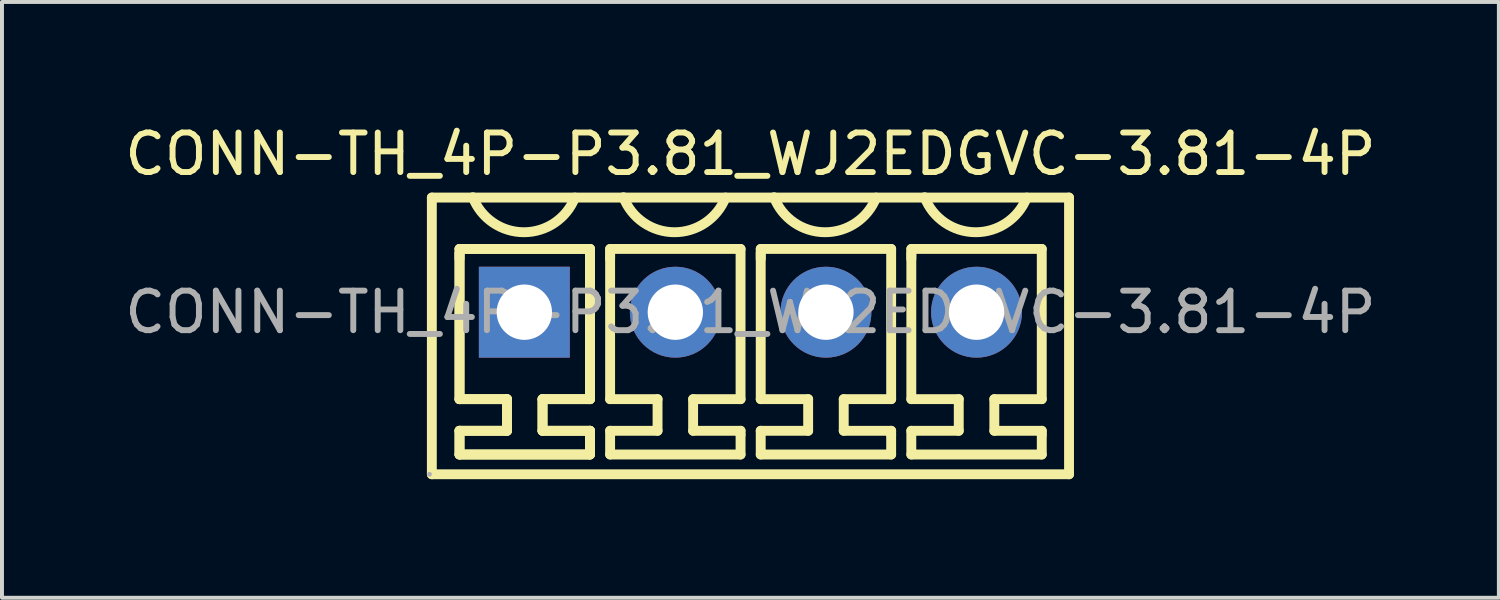
<source format=kicad_pcb>
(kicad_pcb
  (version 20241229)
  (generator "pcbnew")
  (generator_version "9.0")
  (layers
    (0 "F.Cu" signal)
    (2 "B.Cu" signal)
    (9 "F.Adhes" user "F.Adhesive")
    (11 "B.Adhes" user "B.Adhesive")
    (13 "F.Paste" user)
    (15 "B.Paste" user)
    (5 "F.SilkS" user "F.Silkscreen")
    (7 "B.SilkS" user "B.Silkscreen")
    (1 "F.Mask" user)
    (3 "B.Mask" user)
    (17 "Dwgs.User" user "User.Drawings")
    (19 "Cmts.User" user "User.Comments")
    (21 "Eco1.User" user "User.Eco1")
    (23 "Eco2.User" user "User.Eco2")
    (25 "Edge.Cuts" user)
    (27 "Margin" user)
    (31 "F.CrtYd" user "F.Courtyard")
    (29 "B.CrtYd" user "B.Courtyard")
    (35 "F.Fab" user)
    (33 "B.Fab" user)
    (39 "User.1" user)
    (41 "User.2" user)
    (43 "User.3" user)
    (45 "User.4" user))
  (footprint "CONN-TH_4P-P3.81_WJ2EDGVC-3.81-4P"
    (layer "F.Cu")
    (at 15.935 4.848)
    (property "Reference" "CONN-TH_4P-P3.81_WJ2EDGVC-3.81-4P" (at 0 -4 0) (layer "F.SilkS") (effects (font (size 1 1) (thickness 0.15))))
    (attr smd)
    (fp_line (start -8.06 -2.9) (end 8.06 -2.9) (stroke (width 0.25) (type solid)) (layer "F.SilkS"))
    (fp_line (start -8.06 4.1) (end -8.06 -2.9) (stroke (width 0.25) (type solid)) (layer "F.SilkS"))
    (fp_line (start -8.06 4.1) (end 8.06 4.1) (stroke (width 0.25) (type solid)) (layer "F.SilkS"))
    (fp_line (start -7.36 -1.5) (end -7.36 2.2) (stroke (width 0.25) (type solid)) (layer "F.SilkS"))
    (fp_line (start -7.36 -1.5) (end -7.36 2.2) (stroke (width 0.25) (type solid)) (layer "F.SilkS"))
    (fp_line (start -7.36 -1.35) (end -7.36 -1.6) (stroke (width 0.25) (type solid)) (layer "F.SilkS"))
    (fp_line (start -7.36 2.2) (end -6.16 2.2) (stroke (width 0.25) (type solid)) (layer "F.SilkS"))
    (fp_line (start -7.36 2.2) (end -6.16 2.2) (stroke (width 0.25) (type solid)) (layer "F.SilkS"))
    (fp_line (start -7.36 3) (end -7.36 3.6) (stroke (width 0.25) (type solid)) (layer "F.SilkS"))
    (fp_line (start -7.36 3) (end -7.36 3.6) (stroke (width 0.25) (type solid)) (layer "F.SilkS"))
    (fp_line (start -7.36 3.6) (end -4.06 3.6) (stroke (width 0.25) (type solid)) (layer "F.SilkS"))
    (fp_line (start -7.36 3.6) (end -4.06 3.6) (stroke (width 0.25) (type solid)) (layer "F.SilkS"))
    (fp_line (start -6.16 2.2) (end -6.16 3) (stroke (width 0.25) (type solid)) (layer "F.SilkS"))
    (fp_line (start -6.16 2.2) (end -6.16 3) (stroke (width 0.25) (type solid)) (layer "F.SilkS"))
    (fp_line (start -6.16 3) (end -7.36 3) (stroke (width 0.25) (type solid)) (layer "F.SilkS"))
    (fp_line (start -6.16 3) (end -7.36 3) (stroke (width 0.25) (type solid)) (layer "F.SilkS"))
    (fp_line (start -5.26 2.2) (end -4.06 2.2) (stroke (width 0.25) (type solid)) (layer "F.SilkS"))
    (fp_line (start -5.26 2.2) (end -4.06 2.2) (stroke (width 0.25) (type solid)) (layer "F.SilkS"))
    (fp_line (start -5.26 3) (end -5.26 2.2) (stroke (width 0.25) (type solid)) (layer "F.SilkS"))
    (fp_line (start -5.26 3) (end -5.26 2.2) (stroke (width 0.25) (type solid)) (layer "F.SilkS"))
    (fp_line (start -4.06 -1.6) (end -7.36 -1.6) (stroke (width 0.25) (type solid)) (layer "F.SilkS"))
    (fp_line (start -4.06 -1.6) (end -7.36 -1.6) (stroke (width 0.25) (type solid)) (layer "F.SilkS"))
    (fp_line (start -4.06 2.2) (end -4.06 -1.6) (stroke (width 0.25) (type solid)) (layer "F.SilkS"))
    (fp_line (start -4.06 2.2) (end -4.06 -1.6) (stroke (width 0.25) (type solid)) (layer "F.SilkS"))
    (fp_line (start -4.06 3) (end -5.26 3) (stroke (width 0.25) (type solid)) (layer "F.SilkS"))
    (fp_line (start -4.06 3) (end -5.26 3) (stroke (width 0.25) (type solid)) (layer "F.SilkS"))
    (fp_line (start -4.06 3.1) (end -4.06 3) (stroke (width 0.25) (type solid)) (layer "F.SilkS"))
    (fp_line (start -4.06 3.1) (end -4.06 3) (stroke (width 0.25) (type solid)) (layer "F.SilkS"))
    (fp_line (start -4.06 3.6) (end -4.06 3.1) (stroke (width 0.25) (type solid)) (layer "F.SilkS"))
    (fp_line (start -4.06 3.6) (end -4.06 3.1) (stroke (width 0.25) (type solid)) (layer "F.SilkS"))
    (fp_line (start -3.55 -1.5) (end -3.55 2.2) (stroke (width 0.25) (type solid)) (layer "F.SilkS"))
    (fp_line (start -3.55 -1.35) (end -3.55 -1.6) (stroke (width 0.25) (type solid)) (layer "F.SilkS"))
    (fp_line (start -3.55 2.2) (end -2.35 2.2) (stroke (width 0.25) (type solid)) (layer "F.SilkS"))
    (fp_line (start -3.55 3) (end -3.55 3.6) (stroke (width 0.25) (type solid)) (layer "F.SilkS"))
    (fp_line (start -3.55 3.6) (end -0.25 3.6) (stroke (width 0.25) (type solid)) (layer "F.SilkS"))
    (fp_line (start -2.35 2.2) (end -2.35 3) (stroke (width 0.25) (type solid)) (layer "F.SilkS"))
    (fp_line (start -2.35 3) (end -3.55 3) (stroke (width 0.25) (type solid)) (layer "F.SilkS"))
    (fp_line (start -1.45 2.2) (end -0.25 2.2) (stroke (width 0.25) (type solid)) (layer "F.SilkS"))
    (fp_line (start -1.45 3) (end -1.45 2.2) (stroke (width 0.25) (type solid)) (layer "F.SilkS"))
    (fp_line (start -0.25 -1.6) (end -3.55 -1.6) (stroke (width 0.25) (type solid)) (layer "F.SilkS"))
    (fp_line (start -0.25 2.2) (end -0.25 -1.6) (stroke (width 0.25) (type solid)) (layer "F.SilkS"))
    (fp_line (start -0.25 3) (end -1.45 3) (stroke (width 0.25) (type solid)) (layer "F.SilkS"))
    (fp_line (start -0.25 3.1) (end -0.25 3) (stroke (width 0.25) (type solid)) (layer "F.SilkS"))
    (fp_line (start -0.25 3.6) (end -0.25 3.1) (stroke (width 0.25) (type solid)) (layer "F.SilkS"))
    (fp_line (start 0.26 -1.5) (end 0.26 2.2) (stroke (width 0.25) (type solid)) (layer "F.SilkS"))
    (fp_line (start 0.26 -1.35) (end 0.26 -1.6) (stroke (width 0.25) (type solid)) (layer "F.SilkS"))
    (fp_line (start 0.26 2.2) (end 1.46 2.2) (stroke (width 0.25) (type solid)) (layer "F.SilkS"))
    (fp_line (start 0.26 3) (end 0.26 3.6) (stroke (width 0.25) (type solid)) (layer "F.SilkS"))
    (fp_line (start 0.26 3.6) (end 3.56 3.6) (stroke (width 0.25) (type solid)) (layer "F.SilkS"))
    (fp_line (start 1.46 2.2) (end 1.46 3) (stroke (width 0.25) (type solid)) (layer "F.SilkS"))
    (fp_line (start 1.46 3) (end 0.26 3) (stroke (width 0.25) (type solid)) (layer "F.SilkS"))
    (fp_line (start 2.36 2.2) (end 3.56 2.2) (stroke (width 0.25) (type solid)) (layer "F.SilkS"))
    (fp_line (start 2.36 3) (end 2.36 2.2) (stroke (width 0.25) (type solid)) (layer "F.SilkS"))
    (fp_line (start 3.56 -1.6) (end 0.26 -1.6) (stroke (width 0.25) (type solid)) (layer "F.SilkS"))
    (fp_line (start 3.56 2.2) (end 3.56 -1.6) (stroke (width 0.25) (type solid)) (layer "F.SilkS"))
    (fp_line (start 3.56 3) (end 2.36 3) (stroke (width 0.25) (type solid)) (layer "F.SilkS"))
    (fp_line (start 3.56 3.1) (end 3.56 3) (stroke (width 0.25) (type solid)) (layer "F.SilkS"))
    (fp_line (start 3.56 3.6) (end 3.56 3.1) (stroke (width 0.25) (type solid)) (layer "F.SilkS"))
    (fp_line (start 4.07 -1.5) (end 4.07 2.2) (stroke (width 0.25) (type solid)) (layer "F.SilkS"))
    (fp_line (start 4.07 -1.35) (end 4.07 -1.6) (stroke (width 0.25) (type solid)) (layer "F.SilkS"))
    (fp_line (start 4.07 2.2) (end 5.27 2.2) (stroke (width 0.25) (type solid)) (layer "F.SilkS"))
    (fp_line (start 4.07 3) (end 4.07 3.6) (stroke (width 0.25) (type solid)) (layer "F.SilkS"))
    (fp_line (start 4.07 3.6) (end 7.37 3.6) (stroke (width 0.25) (type solid)) (layer "F.SilkS"))
    (fp_line (start 5.27 2.2) (end 5.27 3) (stroke (width 0.25) (type solid)) (layer "F.SilkS"))
    (fp_line (start 5.27 3) (end 4.07 3) (stroke (width 0.25) (type solid)) (layer "F.SilkS"))
    (fp_line (start 6.17 2.2) (end 7.37 2.2) (stroke (width 0.25) (type solid)) (layer "F.SilkS"))
    (fp_line (start 6.17 3) (end 6.17 2.2) (stroke (width 0.25) (type solid)) (layer "F.SilkS"))
    (fp_line (start 7.37 -1.6) (end 4.07 -1.6) (stroke (width 0.25) (type solid)) (layer "F.SilkS"))
    (fp_line (start 7.37 2.2) (end 7.37 -1.6) (stroke (width 0.25) (type solid)) (layer "F.SilkS"))
    (fp_line (start 7.37 3) (end 6.17 3) (stroke (width 0.25) (type solid)) (layer "F.SilkS"))
    (fp_line (start 7.37 3.1) (end 7.37 3) (stroke (width 0.25) (type solid)) (layer "F.SilkS"))
    (fp_line (start 7.37 3.6) (end 7.37 3.1) (stroke (width 0.25) (type solid)) (layer "F.SilkS"))
    (fp_line (start 8.06 4.1) (end 8.06 -2.9) (stroke (width 0.25) (type solid)) (layer "F.SilkS"))
    (fp_arc (start -4.44 -2.9) (mid -5.73451 -2.022852) (end -7.023289 -2.9084) (stroke (width 0.25) (type solid)) (layer "F.SilkS"))
    (fp_arc (start -0.63 -2.9) (mid -1.92451 -2.022852) (end -3.213289 -2.9084) (stroke (width 0.25) (type solid)) (layer "F.SilkS"))
    (fp_arc (start 3.18 -2.9) (mid 1.88549 -2.022852) (end 0.596711 -2.9084) (stroke (width 0.25) (type solid)) (layer "F.SilkS"))
    (fp_arc (start 6.99 -2.9) (mid 5.69549 -2.022852) (end 4.406711 -2.9084) (stroke (width 0.25) (type solid)) (layer "F.SilkS"))
    (fp_circle (center -8.12 4.1) (end -8.09 4.1) (stroke (width 0.06) (type solid)) (fill no) (layer "F.Fab"))
    (fp_text user "${REFERENCE}" (at 0 0 0) (layer "F.Fab") (effects (font (size 1 1) (thickness 0.15))))
    (pad "1" thru_hole rect (at -5.72 0) (size 2.3 2.3) (drill 1.4) (layers "*.Cu" "*.Paste" "*.Mask"))
    (pad "2" thru_hole circle (at -1.9 0) (size 2.3 2.3) (drill 1.4) (layers "*.Cu" "*.Paste" "*.Mask"))
    (pad "3" thru_hole circle (at 1.91 0) (size 2.3 2.3) (drill 1.4) (layers "*.Cu" "*.Paste" "*.Mask"))
    (pad "4" thru_hole circle (at 5.72 0) (size 2.3 2.3) (drill 1.4) (layers "*.Cu" "*.Paste" "*.Mask")))
  (gr_rect
    (start -3 -3)
    (end 34.869 12.073)
    (stroke (width 0.1) (type default))
    (fill no)
    (layer "Edge.Cuts")))
</source>
